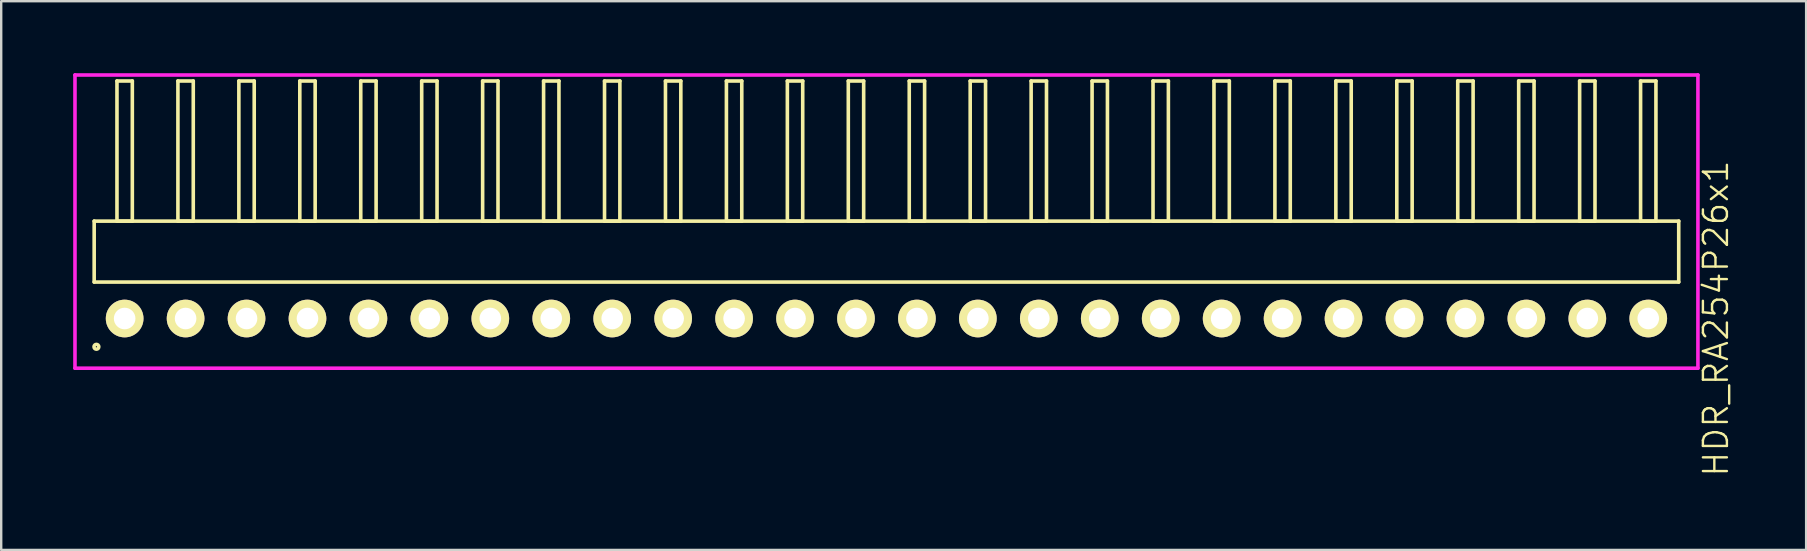
<source format=kicad_pcb>
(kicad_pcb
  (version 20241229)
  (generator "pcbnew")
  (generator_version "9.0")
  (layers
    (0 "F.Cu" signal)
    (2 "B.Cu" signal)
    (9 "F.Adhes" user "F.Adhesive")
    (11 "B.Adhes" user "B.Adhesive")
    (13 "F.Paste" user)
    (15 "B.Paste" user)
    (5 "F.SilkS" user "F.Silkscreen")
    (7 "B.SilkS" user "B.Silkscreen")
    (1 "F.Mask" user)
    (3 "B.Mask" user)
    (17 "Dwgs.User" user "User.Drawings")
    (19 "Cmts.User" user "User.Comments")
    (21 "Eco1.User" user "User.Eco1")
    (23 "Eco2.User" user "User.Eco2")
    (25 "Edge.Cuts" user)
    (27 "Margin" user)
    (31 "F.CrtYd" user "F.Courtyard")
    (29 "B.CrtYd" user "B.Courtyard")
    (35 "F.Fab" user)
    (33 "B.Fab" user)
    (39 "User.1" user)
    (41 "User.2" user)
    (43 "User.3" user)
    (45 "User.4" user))
  (footprint "HDR_RA254P26x1"
    (layer "F.Cu")
    (at 33.895 10.225)
    (property "Reference" "HDR_RA254P26x1" (at 34.57 0 90) (layer "F.SilkS") (effects (font (size 1 1) (thickness 0.1))))
    (attr through_hole)
    (fp_line (start -33.02 -4.06) (end -33.02 -1.52) (stroke (width 0.15) (type solid)) (layer "F.SilkS"))
    (fp_line (start -33.02 -1.52) (end 33.02 -1.52) (stroke (width 0.15) (type solid)) (layer "F.SilkS"))
    (fp_line (start -32.07 -9.9) (end -32.07 -4.06) (stroke (width 0.15) (type solid)) (layer "F.SilkS"))
    (fp_line (start -32.07 -4.06) (end -31.43 -4.06) (stroke (width 0.15) (type solid)) (layer "F.SilkS"))
    (fp_line (start -31.43 -9.9) (end -32.07 -9.9) (stroke (width 0.15) (type solid)) (layer "F.SilkS"))
    (fp_line (start -31.43 -4.06) (end -31.43 -9.9) (stroke (width 0.15) (type solid)) (layer "F.SilkS"))
    (fp_line (start -29.53 -9.9) (end -29.53 -4.06) (stroke (width 0.15) (type solid)) (layer "F.SilkS"))
    (fp_line (start -29.53 -4.06) (end -28.89 -4.06) (stroke (width 0.15) (type solid)) (layer "F.SilkS"))
    (fp_line (start -28.89 -9.9) (end -29.53 -9.9) (stroke (width 0.15) (type solid)) (layer "F.SilkS"))
    (fp_line (start -28.89 -4.06) (end -28.89 -9.9) (stroke (width 0.15) (type solid)) (layer "F.SilkS"))
    (fp_line (start -26.99 -9.9) (end -26.99 -4.06) (stroke (width 0.15) (type solid)) (layer "F.SilkS"))
    (fp_line (start -26.99 -4.06) (end -26.35 -4.06) (stroke (width 0.15) (type solid)) (layer "F.SilkS"))
    (fp_line (start -26.35 -9.9) (end -26.99 -9.9) (stroke (width 0.15) (type solid)) (layer "F.SilkS"))
    (fp_line (start -26.35 -4.06) (end -26.35 -9.9) (stroke (width 0.15) (type solid)) (layer "F.SilkS"))
    (fp_line (start -24.45 -9.9) (end -24.45 -4.06) (stroke (width 0.15) (type solid)) (layer "F.SilkS"))
    (fp_line (start -24.45 -4.06) (end -23.81 -4.06) (stroke (width 0.15) (type solid)) (layer "F.SilkS"))
    (fp_line (start -23.81 -9.9) (end -24.45 -9.9) (stroke (width 0.15) (type solid)) (layer "F.SilkS"))
    (fp_line (start -23.81 -4.06) (end -23.81 -9.9) (stroke (width 0.15) (type solid)) (layer "F.SilkS"))
    (fp_line (start -21.91 -9.9) (end -21.91 -4.06) (stroke (width 0.15) (type solid)) (layer "F.SilkS"))
    (fp_line (start -21.91 -4.06) (end -21.27 -4.06) (stroke (width 0.15) (type solid)) (layer "F.SilkS"))
    (fp_line (start -21.27 -9.9) (end -21.91 -9.9) (stroke (width 0.15) (type solid)) (layer "F.SilkS"))
    (fp_line (start -21.27 -4.06) (end -21.27 -9.9) (stroke (width 0.15) (type solid)) (layer "F.SilkS"))
    (fp_line (start -19.37 -9.9) (end -19.37 -4.06) (stroke (width 0.15) (type solid)) (layer "F.SilkS"))
    (fp_line (start -19.37 -4.06) (end -18.73 -4.06) (stroke (width 0.15) (type solid)) (layer "F.SilkS"))
    (fp_line (start -18.73 -9.9) (end -19.37 -9.9) (stroke (width 0.15) (type solid)) (layer "F.SilkS"))
    (fp_line (start -18.73 -4.06) (end -18.73 -9.9) (stroke (width 0.15) (type solid)) (layer "F.SilkS"))
    (fp_line (start -16.83 -9.9) (end -16.83 -4.06) (stroke (width 0.15) (type solid)) (layer "F.SilkS"))
    (fp_line (start -16.83 -4.06) (end -16.19 -4.06) (stroke (width 0.15) (type solid)) (layer "F.SilkS"))
    (fp_line (start -16.19 -9.9) (end -16.83 -9.9) (stroke (width 0.15) (type solid)) (layer "F.SilkS"))
    (fp_line (start -16.19 -4.06) (end -16.19 -9.9) (stroke (width 0.15) (type solid)) (layer "F.SilkS"))
    (fp_line (start -14.29 -9.9) (end -14.29 -4.06) (stroke (width 0.15) (type solid)) (layer "F.SilkS"))
    (fp_line (start -14.29 -4.06) (end -13.65 -4.06) (stroke (width 0.15) (type solid)) (layer "F.SilkS"))
    (fp_line (start -13.65 -9.9) (end -14.29 -9.9) (stroke (width 0.15) (type solid)) (layer "F.SilkS"))
    (fp_line (start -13.65 -4.06) (end -13.65 -9.9) (stroke (width 0.15) (type solid)) (layer "F.SilkS"))
    (fp_line (start -11.75 -9.9) (end -11.75 -4.06) (stroke (width 0.15) (type solid)) (layer "F.SilkS"))
    (fp_line (start -11.75 -4.06) (end -11.11 -4.06) (stroke (width 0.15) (type solid)) (layer "F.SilkS"))
    (fp_line (start -11.11 -9.9) (end -11.75 -9.9) (stroke (width 0.15) (type solid)) (layer "F.SilkS"))
    (fp_line (start -11.11 -4.06) (end -11.11 -9.9) (stroke (width 0.15) (type solid)) (layer "F.SilkS"))
    (fp_line (start -9.21 -9.9) (end -9.21 -4.06) (stroke (width 0.15) (type solid)) (layer "F.SilkS"))
    (fp_line (start -9.21 -4.06) (end -8.57 -4.06) (stroke (width 0.15) (type solid)) (layer "F.SilkS"))
    (fp_line (start -8.57 -9.9) (end -9.21 -9.9) (stroke (width 0.15) (type solid)) (layer "F.SilkS"))
    (fp_line (start -8.57 -4.06) (end -8.57 -9.9) (stroke (width 0.15) (type solid)) (layer "F.SilkS"))
    (fp_line (start -6.67 -9.9) (end -6.67 -4.06) (stroke (width 0.15) (type solid)) (layer "F.SilkS"))
    (fp_line (start -6.67 -4.06) (end -6.03 -4.06) (stroke (width 0.15) (type solid)) (layer "F.SilkS"))
    (fp_line (start -6.03 -9.9) (end -6.67 -9.9) (stroke (width 0.15) (type solid)) (layer "F.SilkS"))
    (fp_line (start -6.03 -4.06) (end -6.03 -9.9) (stroke (width 0.15) (type solid)) (layer "F.SilkS"))
    (fp_line (start -4.13 -9.9) (end -4.13 -4.06) (stroke (width 0.15) (type solid)) (layer "F.SilkS"))
    (fp_line (start -4.13 -4.06) (end -3.49 -4.06) (stroke (width 0.15) (type solid)) (layer "F.SilkS"))
    (fp_line (start -3.49 -9.9) (end -4.13 -9.9) (stroke (width 0.15) (type solid)) (layer "F.SilkS"))
    (fp_line (start -3.49 -4.06) (end -3.49 -9.9) (stroke (width 0.15) (type solid)) (layer "F.SilkS"))
    (fp_line (start -1.59 -9.9) (end -1.59 -4.06) (stroke (width 0.15) (type solid)) (layer "F.SilkS"))
    (fp_line (start -1.59 -4.06) (end -0.95 -4.06) (stroke (width 0.15) (type solid)) (layer "F.SilkS"))
    (fp_line (start -0.95 -9.9) (end -1.59 -9.9) (stroke (width 0.15) (type solid)) (layer "F.SilkS"))
    (fp_line (start -0.95 -4.06) (end -0.95 -9.9) (stroke (width 0.15) (type solid)) (layer "F.SilkS"))
    (fp_line (start 0.95 -9.9) (end 0.95 -4.06) (stroke (width 0.15) (type solid)) (layer "F.SilkS"))
    (fp_line (start 0.95 -4.06) (end 1.59 -4.06) (stroke (width 0.15) (type solid)) (layer "F.SilkS"))
    (fp_line (start 1.59 -9.9) (end 0.95 -9.9) (stroke (width 0.15) (type solid)) (layer "F.SilkS"))
    (fp_line (start 1.59 -4.06) (end 1.59 -9.9) (stroke (width 0.15) (type solid)) (layer "F.SilkS"))
    (fp_line (start 3.49 -9.9) (end 3.49 -4.06) (stroke (width 0.15) (type solid)) (layer "F.SilkS"))
    (fp_line (start 3.49 -4.06) (end 4.13 -4.06) (stroke (width 0.15) (type solid)) (layer "F.SilkS"))
    (fp_line (start 4.13 -9.9) (end 3.49 -9.9) (stroke (width 0.15) (type solid)) (layer "F.SilkS"))
    (fp_line (start 4.13 -4.06) (end 4.13 -9.9) (stroke (width 0.15) (type solid)) (layer "F.SilkS"))
    (fp_line (start 6.03 -9.9) (end 6.03 -4.06) (stroke (width 0.15) (type solid)) (layer "F.SilkS"))
    (fp_line (start 6.03 -4.06) (end 6.67 -4.06) (stroke (width 0.15) (type solid)) (layer "F.SilkS"))
    (fp_line (start 6.67 -9.9) (end 6.03 -9.9) (stroke (width 0.15) (type solid)) (layer "F.SilkS"))
    (fp_line (start 6.67 -4.06) (end 6.67 -9.9) (stroke (width 0.15) (type solid)) (layer "F.SilkS"))
    (fp_line (start 8.57 -9.9) (end 8.57 -4.06) (stroke (width 0.15) (type solid)) (layer "F.SilkS"))
    (fp_line (start 8.57 -4.06) (end 9.21 -4.06) (stroke (width 0.15) (type solid)) (layer "F.SilkS"))
    (fp_line (start 9.21 -9.9) (end 8.57 -9.9) (stroke (width 0.15) (type solid)) (layer "F.SilkS"))
    (fp_line (start 9.21 -4.06) (end 9.21 -9.9) (stroke (width 0.15) (type solid)) (layer "F.SilkS"))
    (fp_line (start 11.11 -9.9) (end 11.11 -4.06) (stroke (width 0.15) (type solid)) (layer "F.SilkS"))
    (fp_line (start 11.11 -4.06) (end 11.75 -4.06) (stroke (width 0.15) (type solid)) (layer "F.SilkS"))
    (fp_line (start 11.75 -9.9) (end 11.11 -9.9) (stroke (width 0.15) (type solid)) (layer "F.SilkS"))
    (fp_line (start 11.75 -4.06) (end 11.75 -9.9) (stroke (width 0.15) (type solid)) (layer "F.SilkS"))
    (fp_line (start 13.65 -9.9) (end 13.65 -4.06) (stroke (width 0.15) (type solid)) (layer "F.SilkS"))
    (fp_line (start 13.65 -4.06) (end 14.29 -4.06) (stroke (width 0.15) (type solid)) (layer "F.SilkS"))
    (fp_line (start 14.29 -9.9) (end 13.65 -9.9) (stroke (width 0.15) (type solid)) (layer "F.SilkS"))
    (fp_line (start 14.29 -4.06) (end 14.29 -9.9) (stroke (width 0.15) (type solid)) (layer "F.SilkS"))
    (fp_line (start 16.19 -9.9) (end 16.19 -4.06) (stroke (width 0.15) (type solid)) (layer "F.SilkS"))
    (fp_line (start 16.19 -4.06) (end 16.83 -4.06) (stroke (width 0.15) (type solid)) (layer "F.SilkS"))
    (fp_line (start 16.83 -9.9) (end 16.19 -9.9) (stroke (width 0.15) (type solid)) (layer "F.SilkS"))
    (fp_line (start 16.83 -4.06) (end 16.83 -9.9) (stroke (width 0.15) (type solid)) (layer "F.SilkS"))
    (fp_line (start 18.73 -9.9) (end 18.73 -4.06) (stroke (width 0.15) (type solid)) (layer "F.SilkS"))
    (fp_line (start 18.73 -4.06) (end 19.37 -4.06) (stroke (width 0.15) (type solid)) (layer "F.SilkS"))
    (fp_line (start 19.37 -9.9) (end 18.73 -9.9) (stroke (width 0.15) (type solid)) (layer "F.SilkS"))
    (fp_line (start 19.37 -4.06) (end 19.37 -9.9) (stroke (width 0.15) (type solid)) (layer "F.SilkS"))
    (fp_line (start 21.27 -9.9) (end 21.27 -4.06) (stroke (width 0.15) (type solid)) (layer "F.SilkS"))
    (fp_line (start 21.27 -4.06) (end 21.91 -4.06) (stroke (width 0.15) (type solid)) (layer "F.SilkS"))
    (fp_line (start 21.91 -9.9) (end 21.27 -9.9) (stroke (width 0.15) (type solid)) (layer "F.SilkS"))
    (fp_line (start 21.91 -4.06) (end 21.91 -9.9) (stroke (width 0.15) (type solid)) (layer "F.SilkS"))
    (fp_line (start 23.81 -9.9) (end 23.81 -4.06) (stroke (width 0.15) (type solid)) (layer "F.SilkS"))
    (fp_line (start 23.81 -4.06) (end 24.45 -4.06) (stroke (width 0.15) (type solid)) (layer "F.SilkS"))
    (fp_line (start 24.45 -9.9) (end 23.81 -9.9) (stroke (width 0.15) (type solid)) (layer "F.SilkS"))
    (fp_line (start 24.45 -4.06) (end 24.45 -9.9) (stroke (width 0.15) (type solid)) (layer "F.SilkS"))
    (fp_line (start 26.35 -9.9) (end 26.35 -4.06) (stroke (width 0.15) (type solid)) (layer "F.SilkS"))
    (fp_line (start 26.35 -4.06) (end 26.99 -4.06) (stroke (width 0.15) (type solid)) (layer "F.SilkS"))
    (fp_line (start 26.99 -9.9) (end 26.35 -9.9) (stroke (width 0.15) (type solid)) (layer "F.SilkS"))
    (fp_line (start 26.99 -4.06) (end 26.99 -9.9) (stroke (width 0.15) (type solid)) (layer "F.SilkS"))
    (fp_line (start 28.89 -9.9) (end 28.89 -4.06) (stroke (width 0.15) (type solid)) (layer "F.SilkS"))
    (fp_line (start 28.89 -4.06) (end 29.53 -4.06) (stroke (width 0.15) (type solid)) (layer "F.SilkS"))
    (fp_line (start 29.53 -9.9) (end 28.89 -9.9) (stroke (width 0.15) (type solid)) (layer "F.SilkS"))
    (fp_line (start 29.53 -4.06) (end 29.53 -9.9) (stroke (width 0.15) (type solid)) (layer "F.SilkS"))
    (fp_line (start 31.43 -9.9) (end 31.43 -4.06) (stroke (width 0.15) (type solid)) (layer "F.SilkS"))
    (fp_line (start 31.43 -4.06) (end 32.07 -4.06) (stroke (width 0.15) (type solid)) (layer "F.SilkS"))
    (fp_line (start 32.07 -9.9) (end 31.43 -9.9) (stroke (width 0.15) (type solid)) (layer "F.SilkS"))
    (fp_line (start 32.07 -4.06) (end 32.07 -9.9) (stroke (width 0.15) (type solid)) (layer "F.SilkS"))
    (fp_line (start 33.02 -4.06) (end -33.02 -4.06) (stroke (width 0.15) (type solid)) (layer "F.SilkS"))
    (fp_line (start 33.02 -1.52) (end 33.02 -4.06) (stroke (width 0.15) (type solid)) (layer "F.SilkS"))
    (fp_circle (center -32.927 1.178) (end -32.827 1.178) (stroke (width 0.15) (type solid)) (fill no) (layer "F.SilkS"))
    (fp_line (start -33.82 -10.15) (end -33.82 2.07) (stroke (width 0.15) (type solid)) (layer "F.CrtYd"))
    (fp_line (start -33.82 2.07) (end 33.82 2.07) (stroke (width 0.15) (type solid)) (layer "F.CrtYd"))
    (fp_line (start 33.82 -10.15) (end -33.82 -10.15) (stroke (width 0.15) (type solid)) (layer "F.CrtYd"))
    (fp_line (start 33.82 2.07) (end 33.82 -10.15) (stroke (width 0.15) (type solid)) (layer "F.CrtYd"))
    (pad "1" thru_hole oval (at -31.75 0) (size 1.57 1.57) (drill 0.9) (layers "*.Cu" "*.Mask" "F.SilkS"))
    (pad "2" thru_hole oval (at -29.21 0) (size 1.57 1.57) (drill 0.9) (layers "*.Cu" "*.Mask" "F.SilkS"))
    (pad "3" thru_hole oval (at -26.67 0) (size 1.57 1.57) (drill 0.9) (layers "*.Cu" "*.Mask" "F.SilkS"))
    (pad "4" thru_hole oval (at -24.13 0) (size 1.57 1.57) (drill 0.9) (layers "*.Cu" "*.Mask" "F.SilkS"))
    (pad "5" thru_hole oval (at -21.59 0) (size 1.57 1.57) (drill 0.9) (layers "*.Cu" "*.Mask" "F.SilkS"))
    (pad "6" thru_hole oval (at -19.05 0) (size 1.57 1.57) (drill 0.9) (layers "*.Cu" "*.Mask" "F.SilkS"))
    (pad "7" thru_hole oval (at -16.51 0) (size 1.57 1.57) (drill 0.9) (layers "*.Cu" "*.Mask" "F.SilkS"))
    (pad "8" thru_hole oval (at -13.97 0) (size 1.57 1.57) (drill 0.9) (layers "*.Cu" "*.Mask" "F.SilkS"))
    (pad "9" thru_hole oval (at -11.43 0) (size 1.57 1.57) (drill 0.9) (layers "*.Cu" "*.Mask" "F.SilkS"))
    (pad "10" thru_hole oval (at -8.89 0) (size 1.57 1.57) (drill 0.9) (layers "*.Cu" "*.Mask" "F.SilkS"))
    (pad "11" thru_hole oval (at -6.35 0) (size 1.57 1.57) (drill 0.9) (layers "*.Cu" "*.Mask" "F.SilkS"))
    (pad "12" thru_hole oval (at -3.81 0) (size 1.57 1.57) (drill 0.9) (layers "*.Cu" "*.Mask" "F.SilkS"))
    (pad "13" thru_hole oval (at -1.27 0) (size 1.57 1.57) (drill 0.9) (layers "*.Cu" "*.Mask" "F.SilkS"))
    (pad "14" thru_hole oval (at 1.27 0) (size 1.57 1.57) (drill 0.9) (layers "*.Cu" "*.Mask" "F.SilkS"))
    (pad "15" thru_hole oval (at 3.81 0) (size 1.57 1.57) (drill 0.9) (layers "*.Cu" "*.Mask" "F.SilkS"))
    (pad "16" thru_hole oval (at 6.35 0) (size 1.57 1.57) (drill 0.9) (layers "*.Cu" "*.Mask" "F.SilkS"))
    (pad "17" thru_hole oval (at 8.89 0) (size 1.57 1.57) (drill 0.9) (layers "*.Cu" "*.Mask" "F.SilkS"))
    (pad "18" thru_hole oval (at 11.43 0) (size 1.57 1.57) (drill 0.9) (layers "*.Cu" "*.Mask" "F.SilkS"))
    (pad "19" thru_hole oval (at 13.97 0) (size 1.57 1.57) (drill 0.9) (layers "*.Cu" "*.Mask" "F.SilkS"))
    (pad "20" thru_hole oval (at 16.51 0) (size 1.57 1.57) (drill 0.9) (layers "*.Cu" "*.Mask" "F.SilkS"))
    (pad "21" thru_hole oval (at 19.05 0) (size 1.57 1.57) (drill 0.9) (layers "*.Cu" "*.Mask" "F.SilkS"))
    (pad "22" thru_hole oval (at 21.59 0) (size 1.57 1.57) (drill 0.9) (layers "*.Cu" "*.Mask" "F.SilkS"))
    (pad "23" thru_hole oval (at 24.13 0) (size 1.57 1.57) (drill 0.9) (layers "*.Cu" "*.Mask" "F.SilkS"))
    (pad "24" thru_hole oval (at 26.67 0) (size 1.57 1.57) (drill 0.9) (layers "*.Cu" "*.Mask" "F.SilkS"))
    (pad "25" thru_hole oval (at 29.21 0) (size 1.57 1.57) (drill 0.9) (layers "*.Cu" "*.Mask" "F.SilkS"))
    (pad "26" thru_hole oval (at 31.75 0) (size 1.57 1.57) (drill 0.9) (layers "*.Cu" "*.Mask" "F.SilkS")))
  (gr_rect
    (start -3 -3)
    (end 72.225 19.87)
    (stroke (width 0.1) (type default))
    (fill no)
    (layer "Edge.Cuts")))
</source>
